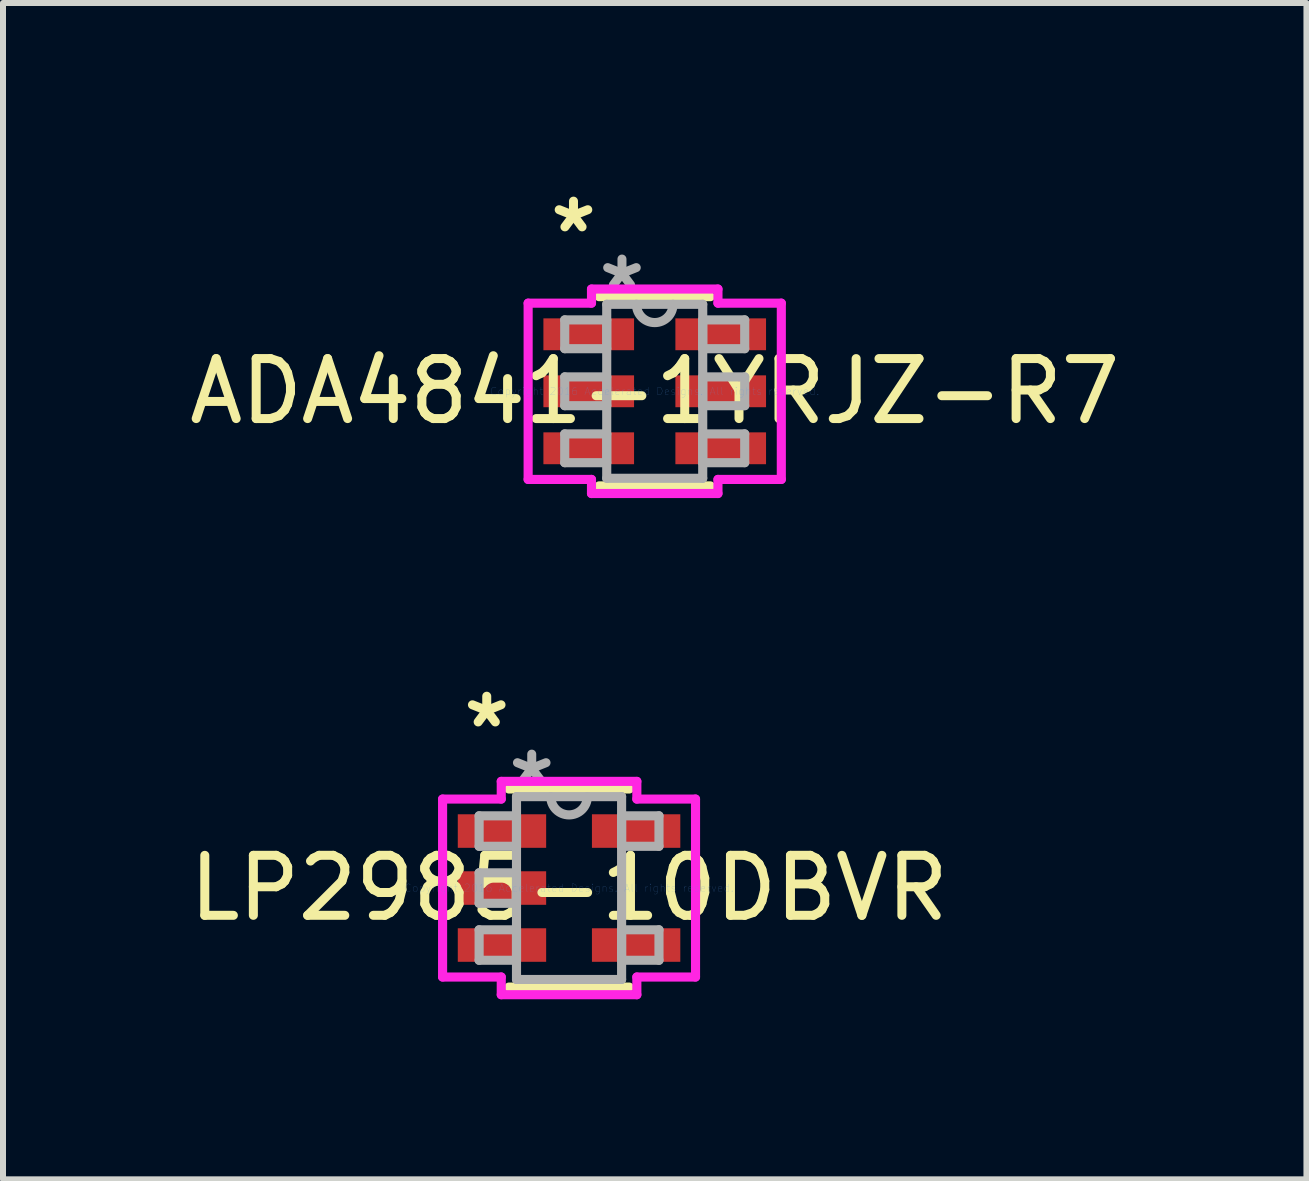
<source format=kicad_pcb>
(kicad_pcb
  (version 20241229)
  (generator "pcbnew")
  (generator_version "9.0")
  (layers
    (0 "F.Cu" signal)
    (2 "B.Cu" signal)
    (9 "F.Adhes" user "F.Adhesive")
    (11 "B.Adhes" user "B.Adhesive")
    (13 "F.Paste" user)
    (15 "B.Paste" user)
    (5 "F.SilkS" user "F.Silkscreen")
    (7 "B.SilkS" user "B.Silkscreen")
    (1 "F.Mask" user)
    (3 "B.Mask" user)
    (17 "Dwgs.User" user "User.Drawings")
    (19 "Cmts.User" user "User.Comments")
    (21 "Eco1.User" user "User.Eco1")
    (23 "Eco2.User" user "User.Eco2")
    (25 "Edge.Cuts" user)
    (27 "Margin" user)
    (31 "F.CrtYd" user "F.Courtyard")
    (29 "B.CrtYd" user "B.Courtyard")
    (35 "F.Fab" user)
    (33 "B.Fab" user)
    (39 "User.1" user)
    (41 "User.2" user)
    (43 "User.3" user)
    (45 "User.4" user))
  (footprint "LP2985-10DBVR"
    (layer "F.Cu")
    (at 6.435 11.752)
    (property "Reference" "LP2985-10DBVR" (at 0 0 0) (layer "F.SilkS") (effects (font (size 1 1) (thickness 0.15))))
    (attr through_hole)
    (fp_line (start -1.003 1.651) (end 1.003 1.651) (stroke (width 0.152) (type solid)) (layer "F.SilkS"))
    (fp_line (start 1.003 -1.651) (end -1.003 -1.651) (stroke (width 0.152) (type solid)) (layer "F.SilkS"))
    (fp_line (start 1.003 0.338) (end 1.003 -0.338) (stroke (width 0.152) (type solid)) (layer "F.SilkS"))
    (fp_line (start -2.108 -1.483) (end -1.13 -1.483) (stroke (width 0.152) (type solid)) (layer "F.CrtYd"))
    (fp_line (start -2.108 1.483) (end -2.108 -1.483) (stroke (width 0.152) (type solid)) (layer "F.CrtYd"))
    (fp_line (start -1.13 -1.778) (end 1.13 -1.778) (stroke (width 0.152) (type solid)) (layer "F.CrtYd"))
    (fp_line (start -1.13 -1.483) (end -1.13 -1.778) (stroke (width 0.152) (type solid)) (layer "F.CrtYd"))
    (fp_line (start -1.13 1.483) (end -2.108 1.483) (stroke (width 0.152) (type solid)) (layer "F.CrtYd"))
    (fp_line (start -1.13 1.778) (end -1.13 1.483) (stroke (width 0.152) (type solid)) (layer "F.CrtYd"))
    (fp_line (start 1.13 -1.778) (end 1.13 -1.483) (stroke (width 0.152) (type solid)) (layer "F.CrtYd"))
    (fp_line (start 1.13 -1.483) (end 2.108 -1.483) (stroke (width 0.152) (type solid)) (layer "F.CrtYd"))
    (fp_line (start 1.13 1.483) (end 1.13 1.778) (stroke (width 0.152) (type solid)) (layer "F.CrtYd"))
    (fp_line (start 1.13 1.778) (end -1.13 1.778) (stroke (width 0.152) (type solid)) (layer "F.CrtYd"))
    (fp_line (start 2.108 -1.483) (end 2.108 1.483) (stroke (width 0.152) (type solid)) (layer "F.CrtYd"))
    (fp_line (start 2.108 1.483) (end 1.13 1.483) (stroke (width 0.152) (type solid)) (layer "F.CrtYd"))
    (fp_line (start -1.499 -1.204) (end -1.499 -0.696) (stroke (width 0.152) (type solid)) (layer "F.Fab"))
    (fp_line (start -1.499 -0.696) (end -0.876 -0.696) (stroke (width 0.152) (type solid)) (layer "F.Fab"))
    (fp_line (start -1.499 -0.254) (end -1.499 0.254) (stroke (width 0.152) (type solid)) (layer "F.Fab"))
    (fp_line (start -1.499 0.254) (end -0.876 0.254) (stroke (width 0.152) (type solid)) (layer "F.Fab"))
    (fp_line (start -1.499 0.696) (end -1.499 1.204) (stroke (width 0.152) (type solid)) (layer "F.Fab"))
    (fp_line (start -1.499 1.204) (end -0.876 1.204) (stroke (width 0.152) (type solid)) (layer "F.Fab"))
    (fp_line (start -0.876 -1.524) (end -0.876 1.524) (stroke (width 0.152) (type solid)) (layer "F.Fab"))
    (fp_line (start -0.876 -1.204) (end -1.499 -1.204) (stroke (width 0.152) (type solid)) (layer "F.Fab"))
    (fp_line (start -0.876 -0.696) (end -0.876 -1.204) (stroke (width 0.152) (type solid)) (layer "F.Fab"))
    (fp_line (start -0.876 -0.254) (end -1.499 -0.254) (stroke (width 0.152) (type solid)) (layer "F.Fab"))
    (fp_line (start -0.876 0.254) (end -0.876 -0.254) (stroke (width 0.152) (type solid)) (layer "F.Fab"))
    (fp_line (start -0.876 0.696) (end -1.499 0.696) (stroke (width 0.152) (type solid)) (layer "F.Fab"))
    (fp_line (start -0.876 1.204) (end -0.876 0.696) (stroke (width 0.152) (type solid)) (layer "F.Fab"))
    (fp_line (start -0.876 1.524) (end 0.876 1.524) (stroke (width 0.152) (type solid)) (layer "F.Fab"))
    (fp_line (start 0.876 -1.524) (end -0.876 -1.524) (stroke (width 0.152) (type solid)) (layer "F.Fab"))
    (fp_line (start 0.876 -1.204) (end 0.876 -0.696) (stroke (width 0.152) (type solid)) (layer "F.Fab"))
    (fp_line (start 0.876 -0.696) (end 1.499 -0.696) (stroke (width 0.152) (type solid)) (layer "F.Fab"))
    (fp_line (start 0.876 0.696) (end 0.876 1.204) (stroke (width 0.152) (type solid)) (layer "F.Fab"))
    (fp_line (start 0.876 1.204) (end 1.499 1.204) (stroke (width 0.152) (type solid)) (layer "F.Fab"))
    (fp_line (start 0.876 1.524) (end 0.876 -1.524) (stroke (width 0.152) (type solid)) (layer "F.Fab"))
    (fp_line (start 1.499 -1.204) (end 0.876 -1.204) (stroke (width 0.152) (type solid)) (layer "F.Fab"))
    (fp_line (start 1.499 -0.696) (end 1.499 -1.204) (stroke (width 0.152) (type solid)) (layer "F.Fab"))
    (fp_line (start 1.499 0.696) (end 0.876 0.696) (stroke (width 0.152) (type solid)) (layer "F.Fab"))
    (fp_line (start 1.499 1.204) (end 1.499 0.696) (stroke (width 0.152) (type solid)) (layer "F.Fab"))
    (fp_arc (start 0.3048 -1.524) (mid 0 -1.2192) (end -0.3048 -1.524) (stroke (width 0.1524) (type solid)) (layer "F.Fab"))
    (fp_text user "*" (at -1.372 -2.652 0) (layer "F.SilkS") (effects (font (size 1 1) (thickness 0.15))))
    (fp_text user "Copyright 2016 Accelerated Designs. All rights reserved." (at 0 0 0) (layer "Cmts.User") (effects (font (size 0.127 0.127) (thickness 0.002))))
    (fp_text user "*" (at -0.622 -1.687 0) (layer "F.Fab") (effects (font (size 1 1) (thickness 0.15))))
    (pad "1" smd rect (at -1.118 -0.95) (size 1.473 0.559) (layers "F.Cu" "F.Mask" "F.Paste"))
    (pad "2" smd rect (at -1.118 0) (size 1.473 0.559) (layers "F.Cu" "F.Mask" "F.Paste"))
    (pad "3" smd rect (at -1.118 0.95) (size 1.473 0.559) (layers "F.Cu" "F.Mask" "F.Paste"))
    (pad "4" smd rect (at 1.118 0.95) (size 1.473 0.559) (layers "F.Cu" "F.Mask" "F.Paste"))
    (pad "5" smd rect (at 1.118 -0.95) (size 1.473 0.559) (layers "F.Cu" "F.Mask" "F.Paste")))
  (footprint "ADA4841-1YRJZ-R7"
    (layer "F.Cu")
    (at 7.863 3.472)
    (property "Reference" "ADA4841-1YRJZ-R7" (at 0 0 0) (layer "F.SilkS") (effects (font (size 1 1) (thickness 0.15))))
    (attr through_hole)
    (fp_line (start -0.927 1.577) (end 0.927 1.577) (stroke (width 0.152) (type solid)) (layer "F.SilkS"))
    (fp_line (start 0.927 -1.577) (end -0.927 -1.577) (stroke (width 0.152) (type solid)) (layer "F.SilkS"))
    (fp_line (start -2.11 -1.469) (end -1.054 -1.469) (stroke (width 0.152) (type solid)) (layer "F.CrtYd"))
    (fp_line (start -2.11 1.469) (end -2.11 -1.469) (stroke (width 0.152) (type solid)) (layer "F.CrtYd"))
    (fp_line (start -1.054 -1.704) (end 1.054 -1.704) (stroke (width 0.152) (type solid)) (layer "F.CrtYd"))
    (fp_line (start -1.054 -1.469) (end -1.054 -1.704) (stroke (width 0.152) (type solid)) (layer "F.CrtYd"))
    (fp_line (start -1.054 1.469) (end -2.11 1.469) (stroke (width 0.152) (type solid)) (layer "F.CrtYd"))
    (fp_line (start -1.054 1.704) (end -1.054 1.469) (stroke (width 0.152) (type solid)) (layer "F.CrtYd"))
    (fp_line (start 1.054 -1.704) (end 1.054 -1.469) (stroke (width 0.152) (type solid)) (layer "F.CrtYd"))
    (fp_line (start 1.054 -1.469) (end 2.11 -1.469) (stroke (width 0.152) (type solid)) (layer "F.CrtYd"))
    (fp_line (start 1.054 1.469) (end 1.054 1.704) (stroke (width 0.152) (type solid)) (layer "F.CrtYd"))
    (fp_line (start 1.054 1.704) (end -1.054 1.704) (stroke (width 0.152) (type solid)) (layer "F.CrtYd"))
    (fp_line (start 2.11 -1.469) (end 2.11 1.469) (stroke (width 0.152) (type solid)) (layer "F.CrtYd"))
    (fp_line (start 2.11 1.469) (end 1.054 1.469) (stroke (width 0.152) (type solid)) (layer "F.CrtYd"))
    (fp_line (start -1.5 -1.19) (end -1.5 -0.71) (stroke (width 0.152) (type solid)) (layer "F.Fab"))
    (fp_line (start -1.5 -0.71) (end -0.8 -0.71) (stroke (width 0.152) (type solid)) (layer "F.Fab"))
    (fp_line (start -1.5 -0.24) (end -1.5 0.24) (stroke (width 0.152) (type solid)) (layer "F.Fab"))
    (fp_line (start -1.5 0.24) (end -0.8 0.24) (stroke (width 0.152) (type solid)) (layer "F.Fab"))
    (fp_line (start -1.5 0.71) (end -1.5 1.19) (stroke (width 0.152) (type solid)) (layer "F.Fab"))
    (fp_line (start -1.5 1.19) (end -0.8 1.19) (stroke (width 0.152) (type solid)) (layer "F.Fab"))
    (fp_line (start -0.8 -1.45) (end -0.8 1.45) (stroke (width 0.152) (type solid)) (layer "F.Fab"))
    (fp_line (start -0.8 -1.19) (end -1.5 -1.19) (stroke (width 0.152) (type solid)) (layer "F.Fab"))
    (fp_line (start -0.8 -0.71) (end -0.8 -1.19) (stroke (width 0.152) (type solid)) (layer "F.Fab"))
    (fp_line (start -0.8 -0.24) (end -1.5 -0.24) (stroke (width 0.152) (type solid)) (layer "F.Fab"))
    (fp_line (start -0.8 0.24) (end -0.8 -0.24) (stroke (width 0.152) (type solid)) (layer "F.Fab"))
    (fp_line (start -0.8 0.71) (end -1.5 0.71) (stroke (width 0.152) (type solid)) (layer "F.Fab"))
    (fp_line (start -0.8 1.19) (end -0.8 0.71) (stroke (width 0.152) (type solid)) (layer "F.Fab"))
    (fp_line (start -0.8 1.45) (end 0.8 1.45) (stroke (width 0.152) (type solid)) (layer "F.Fab"))
    (fp_line (start 0.8 -1.45) (end -0.8 -1.45) (stroke (width 0.152) (type solid)) (layer "F.Fab"))
    (fp_line (start 0.8 -1.19) (end 0.8 -0.71) (stroke (width 0.152) (type solid)) (layer "F.Fab"))
    (fp_line (start 0.8 -0.71) (end 1.5 -0.71) (stroke (width 0.152) (type solid)) (layer "F.Fab"))
    (fp_line (start 0.8 -0.24) (end 0.8 0.24) (stroke (width 0.152) (type solid)) (layer "F.Fab"))
    (fp_line (start 0.8 0.24) (end 1.5 0.24) (stroke (width 0.152) (type solid)) (layer "F.Fab"))
    (fp_line (start 0.8 0.71) (end 0.8 1.19) (stroke (width 0.152) (type solid)) (layer "F.Fab"))
    (fp_line (start 0.8 1.19) (end 1.5 1.19) (stroke (width 0.152) (type solid)) (layer "F.Fab"))
    (fp_line (start 0.8 1.45) (end 0.8 -1.45) (stroke (width 0.152) (type solid)) (layer "F.Fab"))
    (fp_line (start 1.5 -1.19) (end 0.8 -1.19) (stroke (width 0.152) (type solid)) (layer "F.Fab"))
    (fp_line (start 1.5 -0.71) (end 1.5 -1.19) (stroke (width 0.152) (type solid)) (layer "F.Fab"))
    (fp_line (start 1.5 -0.24) (end 0.8 -0.24) (stroke (width 0.152) (type solid)) (layer "F.Fab"))
    (fp_line (start 1.5 0.24) (end 1.5 -0.24) (stroke (width 0.152) (type solid)) (layer "F.Fab"))
    (fp_line (start 1.5 0.71) (end 0.8 0.71) (stroke (width 0.152) (type solid)) (layer "F.Fab"))
    (fp_line (start 1.5 1.19) (end 1.5 0.71) (stroke (width 0.152) (type solid)) (layer "F.Fab"))
    (fp_arc (start 0.3048 -1.45) (mid 0 -1.1452) (end -0.3048 -1.45) (stroke (width 0.1524) (type solid)) (layer "F.Fab"))
    (fp_text user "*" (at -1.354 -2.624 0) (layer "F.SilkS") (effects (font (size 1 1) (thickness 0.15))))
    (fp_text user "Copyright 2016 Accelerated Designs. All rights reserved." (at 0 0 0) (layer "Cmts.User") (effects (font (size 0.127 0.127) (thickness 0.002))))
    (fp_text user "*" (at -0.546 -1.659 0) (layer "F.Fab") (effects (font (size 1 1) (thickness 0.15))))
    (pad "1" smd rect (at -1.1 -0.95) (size 1.511 0.531) (layers "F.Cu" "F.Mask" "F.Paste"))
    (pad "2" smd rect (at -1.1 0) (size 1.511 0.531) (layers "F.Cu" "F.Mask" "F.Paste"))
    (pad "3" smd rect (at -1.1 0.95) (size 1.511 0.531) (layers "F.Cu" "F.Mask" "F.Paste"))
    (pad "4" smd rect (at 1.1 0.95) (size 1.511 0.531) (layers "F.Cu" "F.Mask" "F.Paste"))
    (pad "5" smd rect (at 1.1 0) (size 1.511 0.531) (layers "F.Cu" "F.Mask" "F.Paste"))
    (pad "6" smd rect (at 1.1 -0.95) (size 1.511 0.531) (layers "F.Cu" "F.Mask" "F.Paste")))
  (gr_rect
    (start -3 -3)
    (end 18.726 16.607)
    (stroke (width 0.1) (type default))
    (fill no)
    (layer "Edge.Cuts")))
</source>
